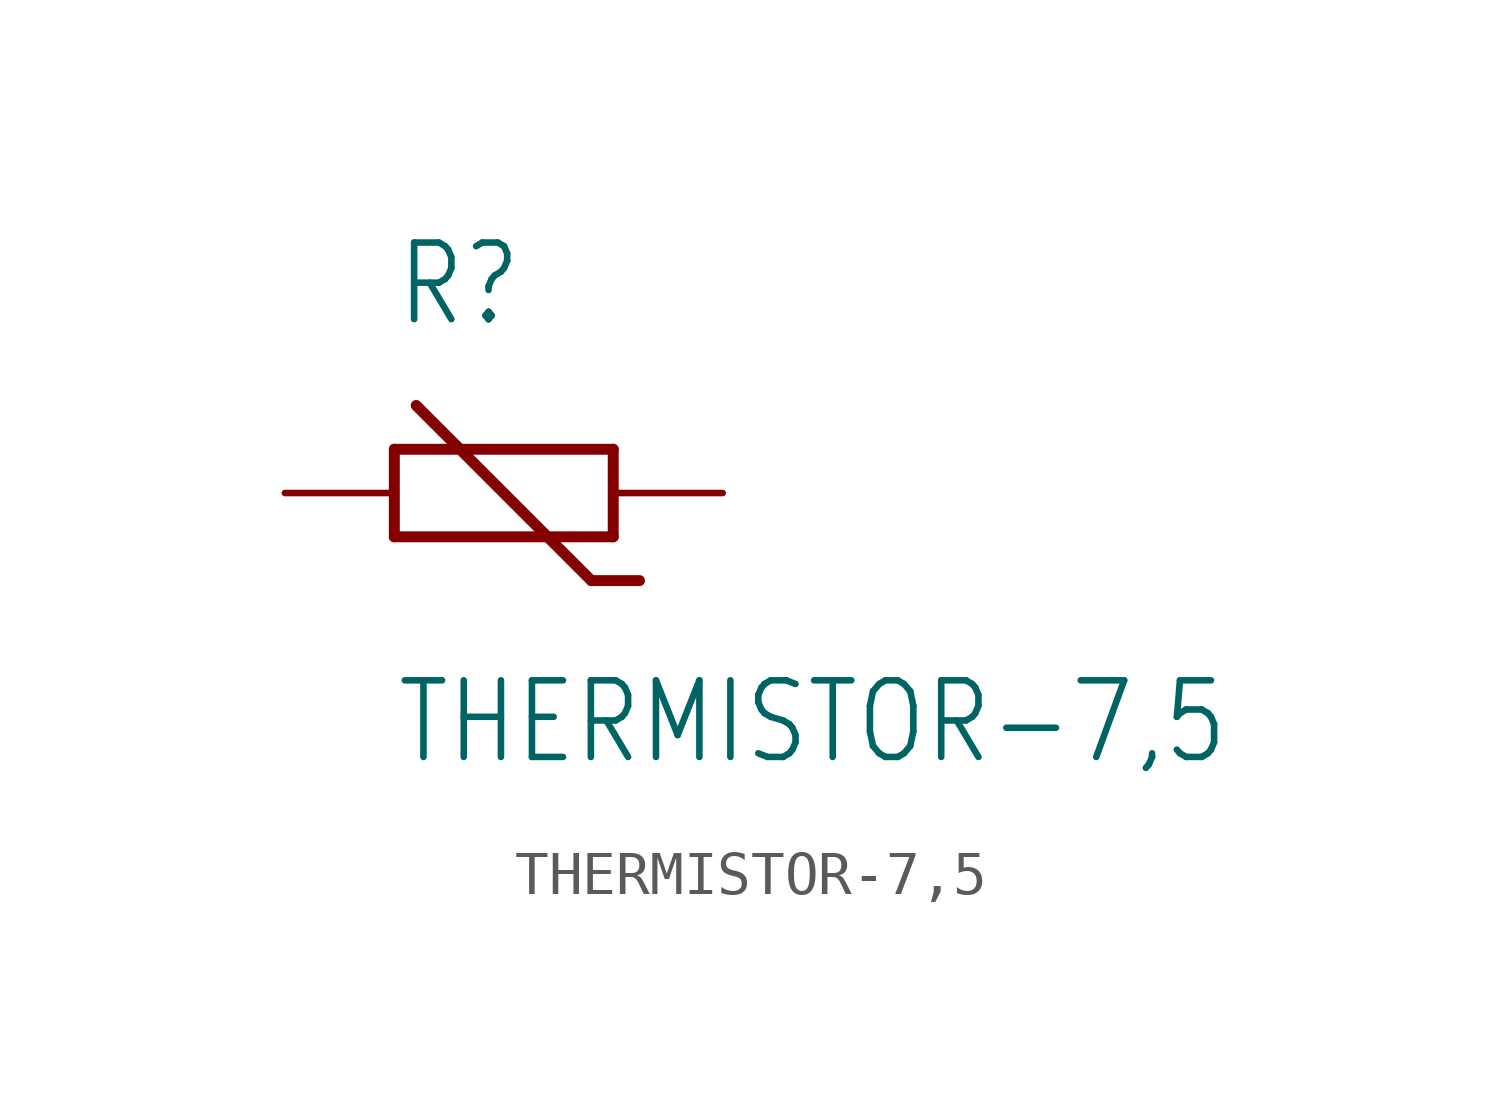
<source format=kicad_sym>
(kicad_symbol_lib
  (version 20211014)
  (generator kicad_symbol_editor)
  (symbol "THERMISTOR-7,5"
    (property "Reference" "R"
      (at -2.54 3.81 0)
      (effects (font (size 1.778 1.511)) (justify left bottom)))
    (property "Value" "THERMISTOR-7,5"
      (at -2.54 -6.35 0)
      (effects (font (size 1.778 1.511)) (justify left bottom)))
    (property "ki_locked" ""
      (at 0 0 0)
      (effects (font (size 1.27 1.27))))
    (symbol "THERMISTOR-7,5_1_0"
      (polyline (pts (xy -2.54 -1.016) (xy -2.54 1.016)) (stroke (width 0.254) (type default) (color 0 0 0 0)) (fill (type none)))
      (polyline (pts (xy -2.54 1.016) (xy 2.54 1.016)) (stroke (width 0.254) (type default) (color 0 0 0 0)) (fill (type none)))
      (polyline (pts (xy 2.032 -2.032) (xy -2.032 2.032)) (stroke (width 0.254) (type default) (color 0 0 0 0)) (fill (type none)))
      (polyline (pts (xy 2.54 -1.016) (xy -2.54 -1.016)) (stroke (width 0.254) (type default) (color 0 0 0 0)) (fill (type none)))
      (polyline (pts (xy 2.54 1.016) (xy 2.54 -1.016)) (stroke (width 0.254) (type default) (color 0 0 0 0)) (fill (type none)))
      (polyline (pts (xy 3.15 -2.032) (xy 2.032 -2.032)) (stroke (width 0.254) (type default) (color 0 0 0 0)) (fill (type none)))
      (pin passive line (at 5.08 0 180) (length 2.54) (name "1" (effects (font (size 0 0)))) (number "1" (effects (font (size 0 0)))))
      (pin passive line (at -5.08 0 0) (length 2.54) (name "2" (effects (font (size 0 0)))) (number "2" (effects (font (size 0 0))))))))
</source>
